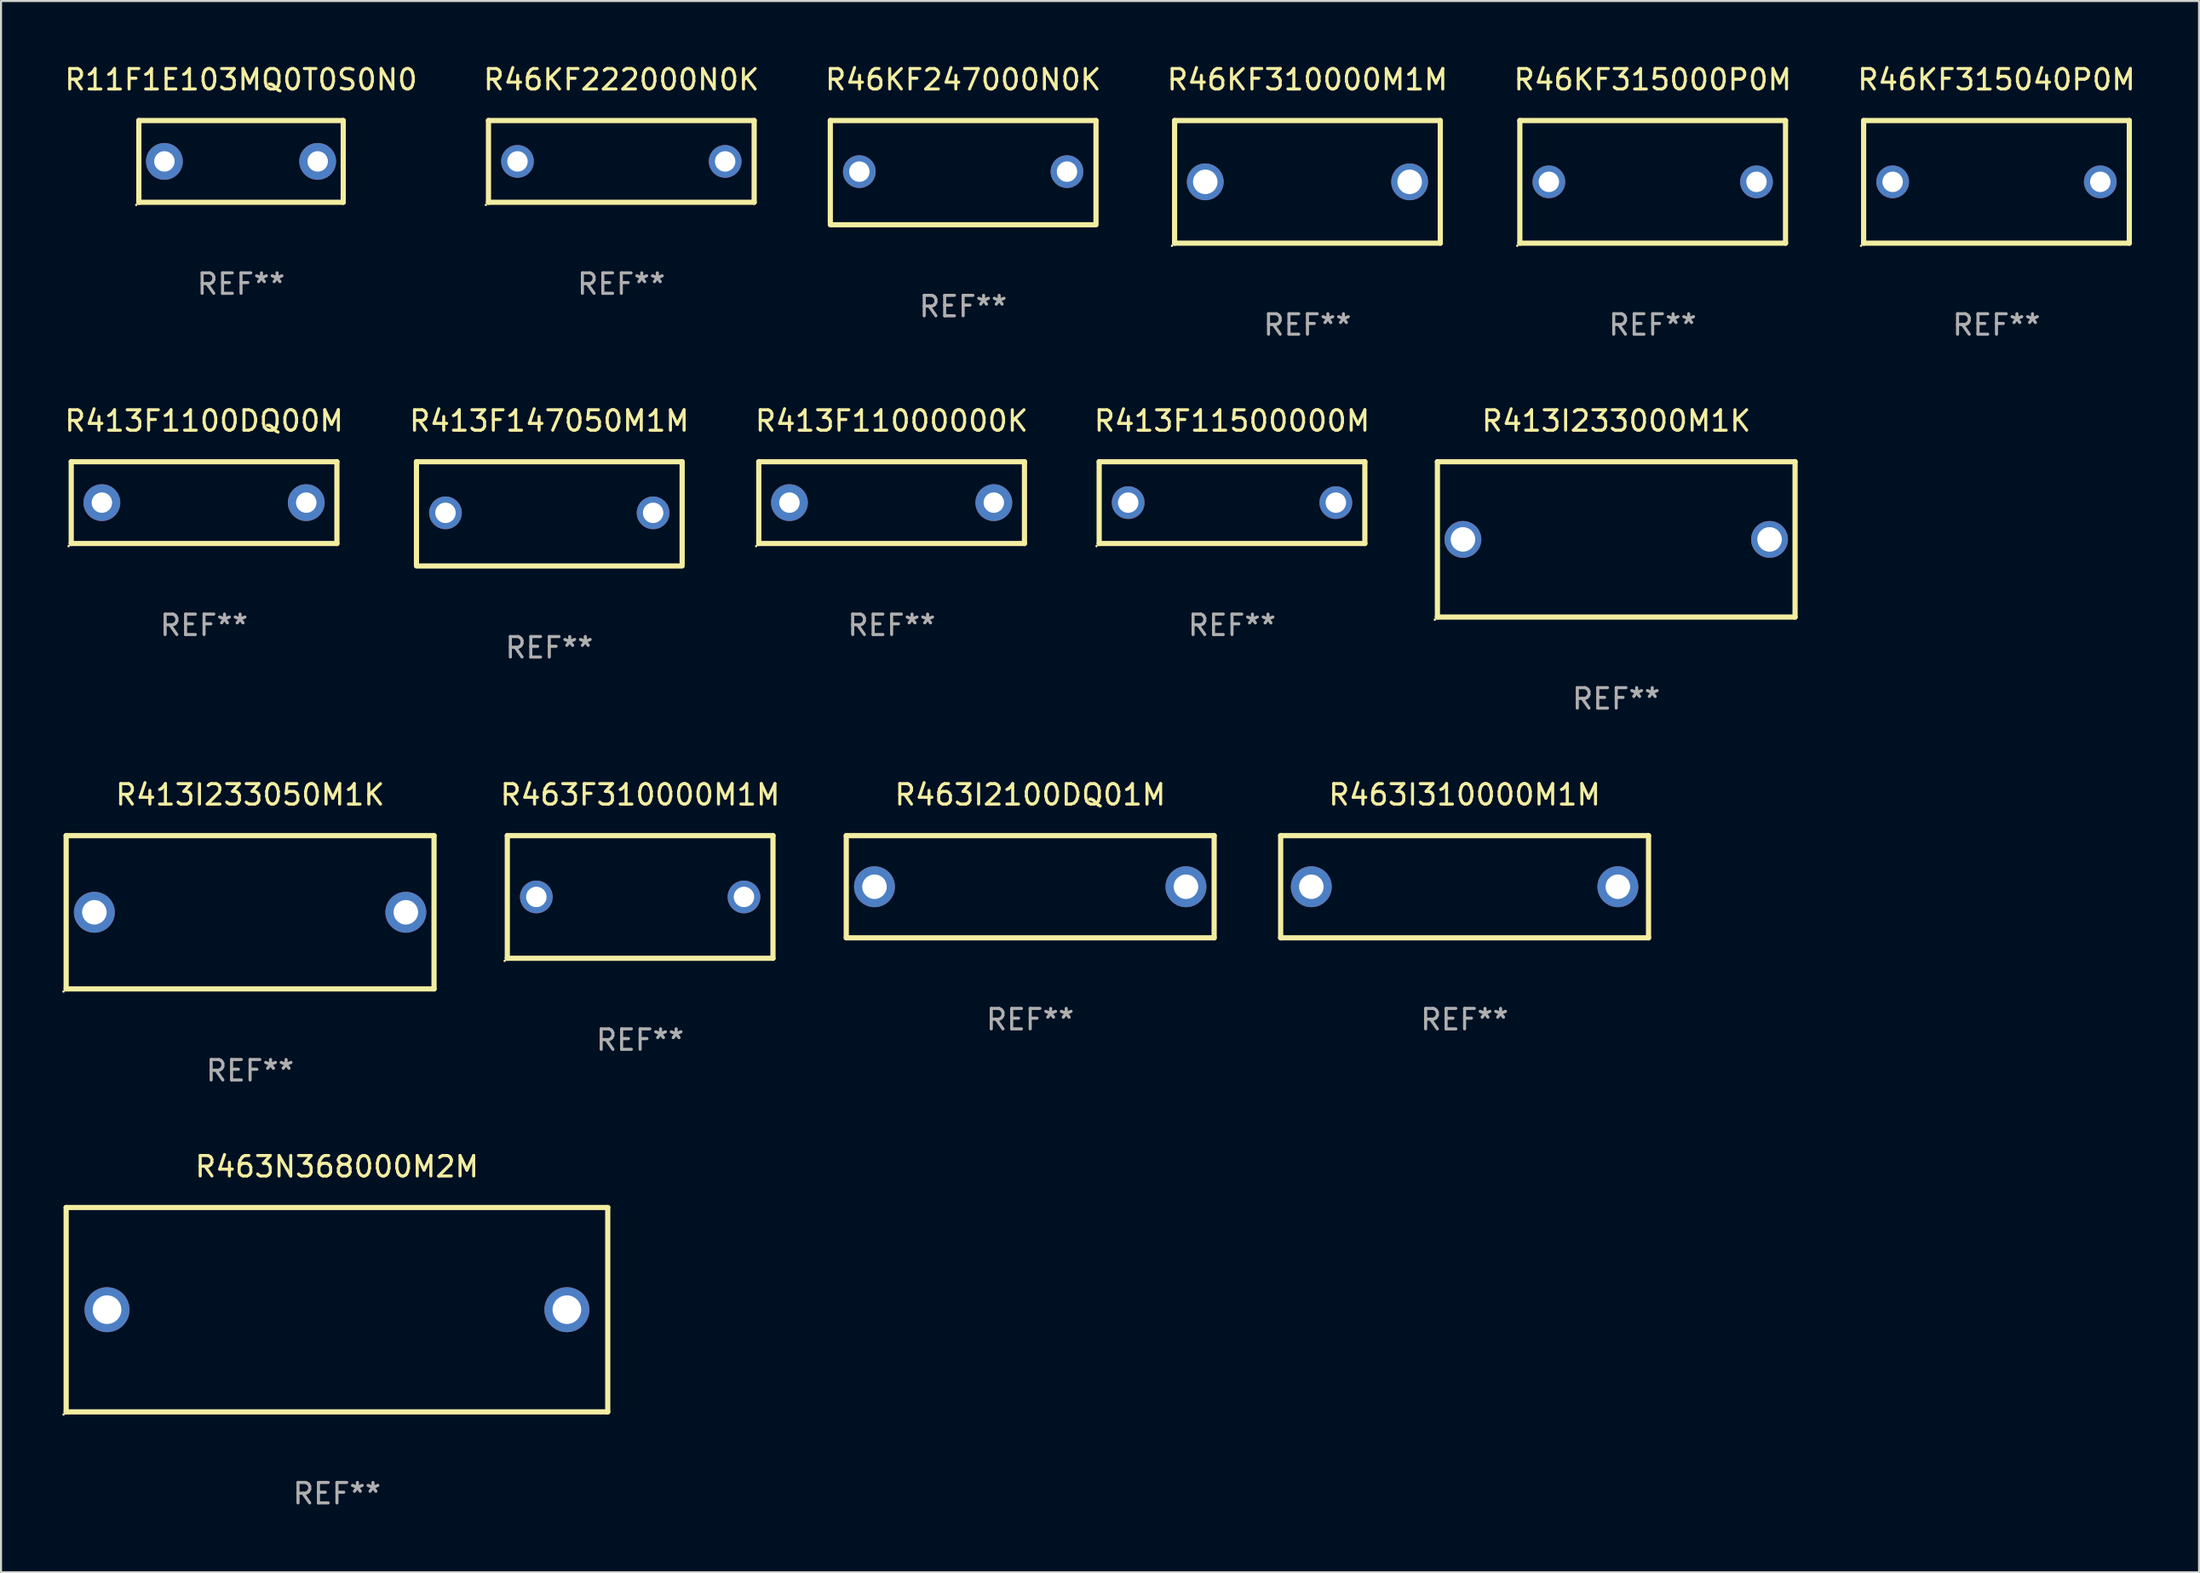
<source format=kicad_pcb>
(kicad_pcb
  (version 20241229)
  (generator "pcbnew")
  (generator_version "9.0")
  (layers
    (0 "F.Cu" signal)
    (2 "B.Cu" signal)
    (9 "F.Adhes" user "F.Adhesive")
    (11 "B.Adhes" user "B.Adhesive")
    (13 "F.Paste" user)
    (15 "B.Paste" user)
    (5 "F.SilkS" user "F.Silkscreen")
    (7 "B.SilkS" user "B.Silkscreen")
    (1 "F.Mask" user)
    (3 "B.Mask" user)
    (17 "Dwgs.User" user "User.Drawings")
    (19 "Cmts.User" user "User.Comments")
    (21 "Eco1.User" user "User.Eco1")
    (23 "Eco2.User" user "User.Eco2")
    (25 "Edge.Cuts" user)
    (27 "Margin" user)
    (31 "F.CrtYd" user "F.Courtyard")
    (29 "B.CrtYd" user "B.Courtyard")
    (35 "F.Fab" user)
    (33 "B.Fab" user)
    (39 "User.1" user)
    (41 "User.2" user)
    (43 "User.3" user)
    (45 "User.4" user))
  (footprint "R413F147050M1M"
    (layer "F.Cu")
    (at 23.827 22.095)
    (property "Reference" "R413F147050M1M" (at 0 -4.55 0) (layer "F.SilkS") (effects (font (size 1 1) (thickness 0.15))))
    (attr through_hole)
    (fp_line (start -6.5 -2.55) (end 6.5 -2.55) (stroke (width 0.254) (type solid)) (layer "F.SilkS"))
    (fp_line (start -6.5 2.45) (end -6.5 -2.55) (stroke (width 0.254) (type solid)) (layer "F.SilkS"))
    (fp_line (start 6.5 -2.55) (end 6.5 2.45) (stroke (width 0.254) (type solid)) (layer "F.SilkS"))
    (fp_line (start 6.5 2.55) (end -6.5 2.55) (stroke (width 0.254) (type solid)) (layer "F.SilkS"))
    (fp_circle (center -6.5 2.45) (end -6.47 2.45) (stroke (width 0.06) (type solid)) (fill no) (layer "F.SilkS"))
    (fp_text user "REF**" (at 0 6.55 0) (layer "F.Fab") (effects (font (size 1 1) (thickness 0.15))))
    (pad "1" thru_hole circle (at -5.08 -0.05) (size 1.6 1.6) (drill 1) (layers "*.Cu" "*.Mask"))
    (pad "2" thru_hole circle (at 5.08 -0.05) (size 1.6 1.6) (drill 1) (layers "*.Cu" "*.Mask")))
  (footprint "R463N368000M2M"
    (layer "F.Cu")
    (at 13.437 61.038)
    (property "Reference" "R463N368000M2M" (at 0 -7 0) (layer "F.SilkS") (effects (font (size 1 1) (thickness 0.15))))
    (attr through_hole)
    (fp_line (start -13.25 -5) (end 13.25 -5) (stroke (width 0.254) (type solid)) (layer "F.SilkS"))
    (fp_line (start -13.25 5) (end -13.25 -5) (stroke (width 0.254) (type solid)) (layer "F.SilkS"))
    (fp_line (start 13.25 -5) (end 13.25 5) (stroke (width 0.254) (type solid)) (layer "F.SilkS"))
    (fp_line (start 13.25 5) (end -13.25 5) (stroke (width 0.254) (type solid)) (layer "F.SilkS"))
    (fp_circle (center -13.377 5.127) (end -13.347 5.127) (stroke (width 0.06) (type solid)) (fill no) (layer "F.SilkS"))
    (fp_text user "REF**" (at 0 9 0) (layer "F.Fab") (effects (font (size 1 1) (thickness 0.15))))
    (pad "1" thru_hole circle (at -11.25 0) (size 2.2 2.2) (drill 1.4) (layers "*.Cu" "*.Mask"))
    (pad "2" thru_hole circle (at 11.25 0) (size 2.2 2.2) (drill 1.4) (layers "*.Cu" "*.Mask")))
  (footprint "R413F11500000M"
    (layer "F.Cu")
    (at 57.232 21.545)
    (property "Reference" "R413F11500000M" (at 0 -4 0) (layer "F.SilkS") (effects (font (size 1 1) (thickness 0.15))))
    (attr through_hole)
    (fp_line (start -6.5 -2) (end 6.5 -2) (stroke (width 0.254) (type solid)) (layer "F.SilkS"))
    (fp_line (start -6.5 2) (end -6.5 -2) (stroke (width 0.254) (type solid)) (layer "F.SilkS"))
    (fp_line (start 6.5 -2) (end 6.5 2) (stroke (width 0.254) (type solid)) (layer "F.SilkS"))
    (fp_line (start 6.5 2) (end -6.5 2) (stroke (width 0.254) (type solid)) (layer "F.SilkS"))
    (fp_circle (center -6.627 2.127) (end -6.597 2.127) (stroke (width 0.06) (type solid)) (fill no) (layer "F.SilkS"))
    (fp_text user "REF**" (at 0 6 0) (layer "F.Fab") (effects (font (size 1 1) (thickness 0.15))))
    (pad "1" thru_hole circle (at -5.08 0) (size 1.6 1.6) (drill 1) (layers "*.Cu" "*.Mask"))
    (pad "2" thru_hole circle (at 5.08 0) (size 1.6 1.6) (drill 1) (layers "*.Cu" "*.Mask")))
  (footprint "R463I310000M1M"
    (layer "F.Cu")
    (at 68.612 40.341)
    (property "Reference" "R463I310000M1M" (at 0 -4.5 0) (layer "F.SilkS") (effects (font (size 1 1) (thickness 0.15))))
    (attr through_hole)
    (fp_line (start -9 -2.5) (end 9 -2.5) (stroke (width 0.254) (type solid)) (layer "F.SilkS"))
    (fp_line (start -9 2.5) (end -9 -2.5) (stroke (width 0.254) (type solid)) (layer "F.SilkS"))
    (fp_line (start 9 -2.5) (end 9 2.5) (stroke (width 0.254) (type solid)) (layer "F.SilkS"))
    (fp_line (start 9 2.5) (end -9 2.5) (stroke (width 0.254) (type solid)) (layer "F.SilkS"))
    (fp_circle (center -9 2.5) (end -8.97 2.5) (stroke (width 0.06) (type solid)) (fill no) (layer "F.SilkS"))
    (fp_text user "REF**" (at 0 6.5 0) (layer "F.Fab") (effects (font (size 1 1) (thickness 0.15))))
    (pad "1" thru_hole circle (at -7.5 -0.000127) (size 2 2) (drill 1.2) (layers "*.Cu" "*.Mask"))
    (pad "2" thru_hole circle (at 7.5 -0.000127) (size 2 2) (drill 1.2) (layers "*.Cu" "*.Mask")))
  (footprint "R46KF315040P0M"
    (layer "F.Cu")
    (at 94.637 5.848)
    (property "Reference" "R46KF315040P0M" (at 0 -5 0) (layer "F.SilkS") (effects (font (size 1 1) (thickness 0.15))))
    (attr through_hole)
    (fp_line (start -6.5 -3) (end 6.5 -3) (stroke (width 0.254) (type solid)) (layer "F.SilkS"))
    (fp_line (start -6.5 3) (end -6.5 -3) (stroke (width 0.254) (type solid)) (layer "F.SilkS"))
    (fp_line (start 6.5 -3) (end 6.5 3) (stroke (width 0.254) (type solid)) (layer "F.SilkS"))
    (fp_line (start 6.5 3) (end -6.5 3) (stroke (width 0.254) (type solid)) (layer "F.SilkS"))
    (fp_circle (center -6.627 3.127) (end -6.597 3.127) (stroke (width 0.06) (type solid)) (fill no) (layer "F.SilkS"))
    (fp_text user "REF**" (at 0 7 0) (layer "F.Fab") (effects (font (size 1 1) (thickness 0.15))))
    (pad "1" thru_hole circle (at -5.08 0) (size 1.6 1.6) (drill 1) (layers "*.Cu" "*.Mask"))
    (pad "2" thru_hole circle (at 5.08 0) (size 1.6 1.6) (drill 1) (layers "*.Cu" "*.Mask")))
  (footprint "R46KF310000M1M"
    (layer "F.Cu")
    (at 60.923 5.848)
    (property "Reference" "R46KF310000M1M" (at 0 -5 0) (layer "F.SilkS") (effects (font (size 1 1) (thickness 0.15))))
    (attr through_hole)
    (fp_line (start -6.5 -3) (end 6.5 -3) (stroke (width 0.254) (type solid)) (layer "F.SilkS"))
    (fp_line (start -6.5 3) (end -6.5 -3) (stroke (width 0.254) (type solid)) (layer "F.SilkS"))
    (fp_line (start -6.5 3) (end 6.5 3) (stroke (width 0.254) (type solid)) (layer "F.SilkS"))
    (fp_line (start 6.5 -3) (end 6.5 3) (stroke (width 0.254) (type solid)) (layer "F.SilkS"))
    (fp_circle (center -6.627 3.127) (end -6.597 3.127) (stroke (width 0.06) (type solid)) (fill no) (layer "F.SilkS"))
    (fp_text user "REF**" (at 0 7 0) (layer "F.Fab") (effects (font (size 1 1) (thickness 0.15))))
    (pad "1" thru_hole circle (at -5 0) (size 1.8 1.8) (drill 1.2) (layers "*.Cu" "*.Mask"))
    (pad "2" thru_hole circle (at 5 0) (size 1.8 1.8) (drill 1.2) (layers "*.Cu" "*.Mask")))
  (footprint "R46KF315000P0M"
    (layer "F.Cu")
    (at 77.815 5.848)
    (property "Reference" "R46KF315000P0M" (at 0 -5 0) (layer "F.SilkS") (effects (font (size 1 1) (thickness 0.15))))
    (attr through_hole)
    (fp_line (start -6.5 -3) (end 6.5 -3) (stroke (width 0.254) (type solid)) (layer "F.SilkS"))
    (fp_line (start -6.5 3) (end -6.5 -3) (stroke (width 0.254) (type solid)) (layer "F.SilkS"))
    (fp_line (start 6.5 -3) (end 6.5 3) (stroke (width 0.254) (type solid)) (layer "F.SilkS"))
    (fp_line (start 6.5 3) (end -6.5 3) (stroke (width 0.254) (type solid)) (layer "F.SilkS"))
    (fp_circle (center -6.627 3.127) (end -6.597 3.127) (stroke (width 0.06) (type solid)) (fill no) (layer "F.SilkS"))
    (fp_text user "REF**" (at 0 7 0) (layer "F.Fab") (effects (font (size 1 1) (thickness 0.15))))
    (pad "1" thru_hole circle (at -5.08 0) (size 1.6 1.6) (drill 1) (layers "*.Cu" "*.Mask"))
    (pad "2" thru_hole circle (at 5.08 0) (size 1.6 1.6) (drill 1) (layers "*.Cu" "*.Mask")))
  (footprint "R46KF247000N0K"
    (layer "F.Cu")
    (at 44.077 5.398)
    (property "Reference" "R46KF247000N0K" (at 0 -4.55 0) (layer "F.SilkS") (effects (font (size 1 1) (thickness 0.15))))
    (attr through_hole)
    (fp_line (start -6.5 -2.55) (end 6.5 -2.55) (stroke (width 0.254) (type solid)) (layer "F.SilkS"))
    (fp_line (start -6.5 2.45) (end -6.5 -2.55) (stroke (width 0.254) (type solid)) (layer "F.SilkS"))
    (fp_line (start 6.5 -2.55) (end 6.5 2.45) (stroke (width 0.254) (type solid)) (layer "F.SilkS"))
    (fp_line (start 6.5 2.55) (end -6.5 2.55) (stroke (width 0.254) (type solid)) (layer "F.SilkS"))
    (fp_circle (center -6.5 2.45) (end -6.47 2.45) (stroke (width 0.06) (type solid)) (fill no) (layer "F.SilkS"))
    (fp_text user "REF**" (at 0 6.55 0) (layer "F.Fab") (effects (font (size 1 1) (thickness 0.15))))
    (pad "1" thru_hole circle (at -5.08 -0.05) (size 1.6 1.6) (drill 1) (layers "*.Cu" "*.Mask"))
    (pad "2" thru_hole circle (at 5.08 -0.05) (size 1.6 1.6) (drill 1) (layers "*.Cu" "*.Mask")))
  (footprint "R413I233000M1K"
    (layer "F.Cu")
    (at 76.032 23.345)
    (property "Reference" "R413I233000M1K" (at 0 -5.8 0) (layer "F.SilkS") (effects (font (size 1 1) (thickness 0.15))))
    (attr through_hole)
    (fp_line (start -8.75 -3.8) (end 8.75 -3.8) (stroke (width 0.254) (type solid)) (layer "F.SilkS"))
    (fp_line (start -8.75 3.8) (end -8.75 -3.8) (stroke (width 0.254) (type solid)) (layer "F.SilkS"))
    (fp_line (start 8.75 -3.8) (end 8.75 3.8) (stroke (width 0.254) (type solid)) (layer "F.SilkS"))
    (fp_line (start 8.75 3.8) (end -8.75 3.8) (stroke (width 0.254) (type solid)) (layer "F.SilkS"))
    (fp_circle (center -8.877 3.927) (end -8.847 3.927) (stroke (width 0.06) (type solid)) (fill no) (layer "F.SilkS"))
    (fp_text user "REF**" (at 0 7.8 0) (layer "F.Fab") (effects (font (size 1 1) (thickness 0.15))))
    (pad "1" thru_hole circle (at -7.501 0) (size 1.8 1.8) (drill 1.2) (layers "*.Cu" "*.Mask"))
    (pad "2" thru_hole circle (at 7.501 0) (size 1.8 1.8) (drill 1.2) (layers "*.Cu" "*.Mask")))
  (footprint "R413I233050M1K"
    (layer "F.Cu")
    (at 9.187 41.591)
    (property "Reference" "R413I233050M1K" (at 0 -5.75 0) (layer "F.SilkS") (effects (font (size 1 1) (thickness 0.15))))
    (attr through_hole)
    (fp_line (start -9 -3.75) (end 9 -3.75) (stroke (width 0.254) (type solid)) (layer "F.SilkS"))
    (fp_line (start -9 3.75) (end -9 -3.75) (stroke (width 0.254) (type solid)) (layer "F.SilkS"))
    (fp_line (start 9 -3.75) (end 9 3.75) (stroke (width 0.254) (type solid)) (layer "F.SilkS"))
    (fp_line (start 9 3.75) (end -9 3.75) (stroke (width 0.254) (type solid)) (layer "F.SilkS"))
    (fp_circle (center -9.127 3.877) (end -9.097 3.877) (stroke (width 0.06) (type solid)) (fill no) (layer "F.SilkS"))
    (fp_text user "REF**" (at 0 7.75 0) (layer "F.Fab") (effects (font (size 1 1) (thickness 0.15))))
    (pad "1" thru_hole circle (at -7.62 0) (size 2 2) (drill 1.2) (layers "*.Cu" "*.Mask"))
    (pad "2" thru_hole circle (at 7.62 0) (size 2 2) (drill 1.2) (layers "*.Cu" "*.Mask")))
  (footprint "R11F1E103MQ0T0S0N0"
    (layer "F.Cu")
    (at 8.744 4.848)
    (property "Reference" "R11F1E103MQ0T0S0N0" (at 0 -4 0) (layer "F.SilkS") (effects (font (size 1 1) (thickness 0.15))))
    (attr through_hole)
    (fp_line (start -5 -2) (end 5 -2) (stroke (width 0.254) (type solid)) (layer "F.SilkS"))
    (fp_line (start -5 2) (end -5 -2) (stroke (width 0.254) (type solid)) (layer "F.SilkS"))
    (fp_line (start 5 -2) (end 5 2) (stroke (width 0.254) (type solid)) (layer "F.SilkS"))
    (fp_line (start 5 2) (end -5 2) (stroke (width 0.254) (type solid)) (layer "F.SilkS"))
    (fp_circle (center -5.127 2.127) (end -5.097 2.127) (stroke (width 0.06) (type solid)) (fill no) (layer "F.SilkS"))
    (fp_text user "REF**" (at 0 6 0) (layer "F.Fab") (effects (font (size 1 1) (thickness 0.15))))
    (pad "1" thru_hole circle (at -3.75 0) (size 1.8 1.8) (drill 1) (layers "*.Cu" "*.Mask"))
    (pad "2" thru_hole circle (at 3.75 0) (size 1.8 1.8) (drill 1) (layers "*.Cu" "*.Mask")))
  (footprint "R413F1100DQ00M"
    (layer "F.Cu")
    (at 6.935 21.545)
    (property "Reference" "R413F1100DQ00M" (at 0 -4 0) (layer "F.SilkS") (effects (font (size 1 1) (thickness 0.15))))
    (attr through_hole)
    (fp_line (start -6.5 -2) (end 6.5 -2) (stroke (width 0.254) (type solid)) (layer "F.SilkS"))
    (fp_line (start -6.5 2) (end -6.5 -2) (stroke (width 0.254) (type solid)) (layer "F.SilkS"))
    (fp_line (start 6.5 -2) (end 6.5 2) (stroke (width 0.254) (type solid)) (layer "F.SilkS"))
    (fp_line (start 6.5 2) (end -6.5 2) (stroke (width 0.254) (type solid)) (layer "F.SilkS"))
    (fp_circle (center -6.627 2.127) (end -6.597 2.127) (stroke (width 0.06) (type solid)) (fill no) (layer "F.SilkS"))
    (fp_text user "REF**" (at 0 6 0) (layer "F.Fab") (effects (font (size 1 1) (thickness 0.15))))
    (pad "1" thru_hole circle (at -5 0) (size 1.8 1.8) (drill 1) (layers "*.Cu" "*.Mask"))
    (pad "2" thru_hole circle (at 5 0) (size 1.8 1.8) (drill 1) (layers "*.Cu" "*.Mask")))
  (footprint "R46KF222000N0K"
    (layer "F.Cu")
    (at 27.351 4.848)
    (property "Reference" "R46KF222000N0K" (at 0 -4 0) (layer "F.SilkS") (effects (font (size 1 1) (thickness 0.15))))
    (attr through_hole)
    (fp_line (start -6.5 -2) (end 6.5 -2) (stroke (width 0.254) (type solid)) (layer "F.SilkS"))
    (fp_line (start -6.5 2) (end -6.5 -2) (stroke (width 0.254) (type solid)) (layer "F.SilkS"))
    (fp_line (start 6.5 -2) (end 6.5 2) (stroke (width 0.254) (type solid)) (layer "F.SilkS"))
    (fp_line (start 6.5 2) (end -6.5 2) (stroke (width 0.254) (type solid)) (layer "F.SilkS"))
    (fp_circle (center -6.627 2.127) (end -6.597 2.127) (stroke (width 0.06) (type solid)) (fill no) (layer "F.SilkS"))
    (fp_text user "REF**" (at 0 6 0) (layer "F.Fab") (effects (font (size 1 1) (thickness 0.15))))
    (pad "1" thru_hole circle (at -5.08 0) (size 1.6 1.6) (drill 1) (layers "*.Cu" "*.Mask"))
    (pad "2" thru_hole circle (at 5.08 0) (size 1.6 1.6) (drill 1) (layers "*.Cu" "*.Mask")))
  (footprint "R463I2100DQ01M"
    (layer "F.Cu")
    (at 47.358 40.341)
    (property "Reference" "R463I2100DQ01M" (at 0 -4.5 0) (layer "F.SilkS") (effects (font (size 1 1) (thickness 0.15))))
    (attr through_hole)
    (fp_line (start -9 -2.5) (end 9 -2.5) (stroke (width 0.254) (type solid)) (layer "F.SilkS"))
    (fp_line (start -9 2.5) (end -9 -2.5) (stroke (width 0.254) (type solid)) (layer "F.SilkS"))
    (fp_line (start 9 -2.5) (end 9 2.5) (stroke (width 0.254) (type solid)) (layer "F.SilkS"))
    (fp_line (start 9 2.5) (end -9 2.5) (stroke (width 0.254) (type solid)) (layer "F.SilkS"))
    (fp_circle (center -9 2.5) (end -8.97 2.5) (stroke (width 0.06) (type solid)) (fill no) (layer "F.SilkS"))
    (fp_text user "REF**" (at 0 6.5 0) (layer "F.Fab") (effects (font (size 1 1) (thickness 0.15))))
    (pad "1" thru_hole circle (at -7.62 -0.000127) (size 2 2) (drill 1.2) (layers "*.Cu" "*.Mask"))
    (pad "2" thru_hole circle (at 7.62 -0.000127) (size 2 2) (drill 1.2) (layers "*.Cu" "*.Mask")))
  (footprint "R413F11000000K"
    (layer "F.Cu")
    (at 40.577 21.545)
    (property "Reference" "R413F11000000K" (at 0 -4 0) (layer "F.SilkS") (effects (font (size 1 1) (thickness 0.15))))
    (attr through_hole)
    (fp_line (start -6.5 -2) (end 6.5 -2) (stroke (width 0.254) (type solid)) (layer "F.SilkS"))
    (fp_line (start -6.5 2) (end -6.5 -2) (stroke (width 0.254) (type solid)) (layer "F.SilkS"))
    (fp_line (start 6.5 -2) (end 6.5 2) (stroke (width 0.254) (type solid)) (layer "F.SilkS"))
    (fp_line (start 6.5 2) (end -6.5 2) (stroke (width 0.254) (type solid)) (layer "F.SilkS"))
    (fp_circle (center -6.627 2.127) (end -6.597 2.127) (stroke (width 0.06) (type solid)) (fill no) (layer "F.SilkS"))
    (fp_text user "REF**" (at 0 6 0) (layer "F.Fab") (effects (font (size 1 1) (thickness 0.15))))
    (pad "1" thru_hole circle (at -5 0) (size 1.8 1.8) (drill 1) (layers "*.Cu" "*.Mask"))
    (pad "2" thru_hole circle (at 5 0) (size 1.8 1.8) (drill 1) (layers "*.Cu" "*.Mask")))
  (footprint "R463F310000M1M"
    (layer "F.Cu")
    (at 28.272 40.841)
    (property "Reference" "R463F310000M1M" (at 0 -5 0) (layer "F.SilkS") (effects (font (size 1 1) (thickness 0.15))))
    (attr through_hole)
    (fp_line (start -6.5 -3) (end 6.5 -3) (stroke (width 0.254) (type solid)) (layer "F.SilkS"))
    (fp_line (start -6.5 3) (end -6.5 -3) (stroke (width 0.254) (type solid)) (layer "F.SilkS"))
    (fp_line (start 6.5 -3) (end 6.5 3) (stroke (width 0.254) (type solid)) (layer "F.SilkS"))
    (fp_line (start 6.5 3) (end -6.5 3) (stroke (width 0.254) (type solid)) (layer "F.SilkS"))
    (fp_circle (center -6.627 3.127) (end -6.597 3.127) (stroke (width 0.06) (type solid)) (fill no) (layer "F.SilkS"))
    (fp_text user "REF**" (at 0 7 0) (layer "F.Fab") (effects (font (size 1 1) (thickness 0.15))))
    (pad "1" thru_hole circle (at -5.08 0) (size 1.6 1.6) (drill 1) (layers "*.Cu" "*.Mask"))
    (pad "2" thru_hole circle (at 5.08 0) (size 1.6 1.6) (drill 1) (layers "*.Cu" "*.Mask")))
  (gr_rect
    (start -3 -3)
    (end 104.548 73.886)
    (stroke (width 0.1) (type default))
    (fill no)
    (layer "Edge.Cuts")))
</source>
